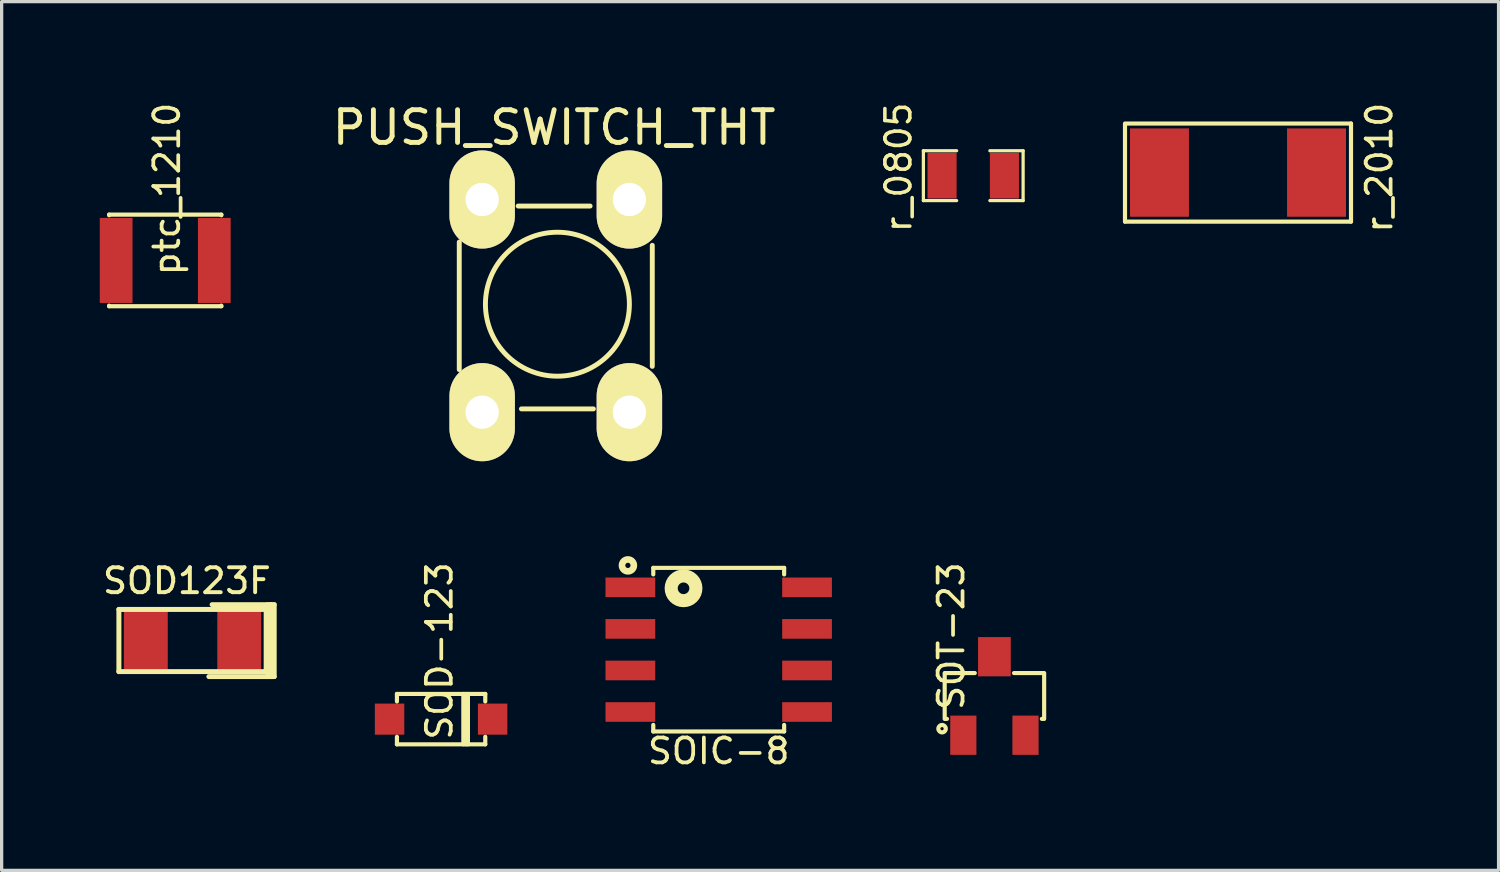
<source format=kicad_pcb>
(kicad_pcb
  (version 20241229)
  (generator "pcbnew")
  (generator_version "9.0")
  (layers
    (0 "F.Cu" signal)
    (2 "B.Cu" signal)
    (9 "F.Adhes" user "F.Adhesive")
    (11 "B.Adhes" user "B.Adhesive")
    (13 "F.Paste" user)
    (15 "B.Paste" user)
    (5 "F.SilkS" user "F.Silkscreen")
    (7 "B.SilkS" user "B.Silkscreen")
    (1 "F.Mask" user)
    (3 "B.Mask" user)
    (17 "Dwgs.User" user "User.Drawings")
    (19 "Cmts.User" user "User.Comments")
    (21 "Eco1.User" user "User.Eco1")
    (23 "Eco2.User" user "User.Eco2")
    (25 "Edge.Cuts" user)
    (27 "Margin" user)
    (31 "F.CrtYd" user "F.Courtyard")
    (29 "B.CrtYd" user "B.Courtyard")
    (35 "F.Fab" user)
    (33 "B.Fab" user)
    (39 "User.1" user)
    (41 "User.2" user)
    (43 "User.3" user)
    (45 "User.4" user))
  (footprint "SOD-123"
    (layer "F.Cu")
    (at 10.432 18.93)
    (property "Reference" "SOD-123" (at -0.051 -2.083 90) (layer "F.SilkS") (effects (font (size 0.762 0.762) (thickness 0.114))))
    (attr through_hole)
    (fp_line (start -1.35 -0.77) (end -1.35 -0.54) (stroke (width 0.127) (type solid)) (layer "F.SilkS"))
    (fp_line (start -1.35 -0.77) (end 1.35 -0.77) (stroke (width 0.127) (type solid)) (layer "F.SilkS"))
    (fp_line (start -1.35 0.77) (end -1.35 0.54) (stroke (width 0.127) (type solid)) (layer "F.SilkS"))
    (fp_line (start -1.35 0.77) (end 1.35 0.77) (stroke (width 0.127) (type solid)) (layer "F.SilkS"))
    (fp_line (start 0.68 0.77) (end 0.68 -0.77) (stroke (width 0.127) (type solid)) (layer "F.SilkS"))
    (fp_line (start 0.75 -0.77) (end 0.75 0.77) (stroke (width 0.127) (type solid)) (layer "F.SilkS"))
    (fp_line (start 0.82 -0.77) (end 0.82 0.77) (stroke (width 0.127) (type solid)) (layer "F.SilkS"))
    (fp_line (start 1.35 -0.77) (end 1.35 -0.54) (stroke (width 0.127) (type solid)) (layer "F.SilkS"))
    (fp_line (start 1.35 0.77) (end 1.35 0.54) (stroke (width 0.127) (type solid)) (layer "F.SilkS"))
    (pad "1" smd rect (at -1.575 0) (size 0.9 0.95) (layers "F.Cu" "F.Mask" "F.Paste"))
    (pad "2" smd rect (at 1.575 0) (size 0.9 0.95) (layers "F.Cu" "F.Mask" "F.Paste")))
  (footprint "r_0805"
    (layer "F.Cu")
    (at 26.697 2.319)
    (property "Reference" "r_0805" (at -2.286 -0.254 90) (layer "F.SilkS") (effects (font (size 0.762 0.762) (thickness 0.109))))
    (attr smd)
    (fp_line (start -1.524 -0.762) (end -0.508 -0.762) (stroke (width 0.099) (type solid)) (layer "F.SilkS"))
    (fp_line (start -1.524 0.762) (end -1.524 -0.762) (stroke (width 0.099) (type solid)) (layer "F.SilkS"))
    (fp_line (start -0.508 0.762) (end -1.524 0.762) (stroke (width 0.099) (type solid)) (layer "F.SilkS"))
    (fp_line (start 0.508 -0.762) (end 1.524 -0.762) (stroke (width 0.099) (type solid)) (layer "F.SilkS"))
    (fp_line (start 1.524 -0.762) (end 1.524 0.762) (stroke (width 0.099) (type solid)) (layer "F.SilkS"))
    (fp_line (start 1.524 0.762) (end 0.508 0.762) (stroke (width 0.099) (type solid)) (layer "F.SilkS"))
    (pad "1" smd rect (at -0.953 0) (size 0.889 1.397) (layers "F.Cu" "F.Mask" "F.Paste"))
    (pad "2" smd rect (at 0.953 0) (size 0.889 1.397) (layers "F.Cu" "F.Mask" "F.Paste")))
  (footprint "r_2010"
    (layer "F.Cu")
    (at 34.789 2.225)
    (property "Reference" "r_2010" (at 4.318 -0.152 90) (layer "F.SilkS") (effects (font (size 0.762 0.762) (thickness 0.114))))
    (attr smd)
    (fp_line (start -3.454 -1.499) (end 3.454 -1.499) (stroke (width 0.127) (type solid)) (layer "F.SilkS"))
    (fp_line (start -3.454 -1.473) (end -3.454 1.499) (stroke (width 0.127) (type solid)) (layer "F.SilkS"))
    (fp_line (start -3.454 1.499) (end 3.454 1.499) (stroke (width 0.127) (type solid)) (layer "F.SilkS"))
    (fp_line (start 3.454 -1.499) (end 3.454 1.499) (stroke (width 0.127) (type solid)) (layer "F.SilkS"))
    (pad "1" smd rect (at -2.4 0) (size 1.801 2.7) (layers "F.Cu" "F.Mask" "F.Paste"))
    (pad "2" smd rect (at 2.4 0) (size 1.801 2.7) (layers "F.Cu" "F.Mask" "F.Paste")))
  (footprint "SOD123F"
    (layer "F.Cu")
    (at 2.832 16.53)
    (property "Reference" "SOD123F" (at -0.17 -1.826 0) (layer "F.SilkS") (effects (font (size 0.762 0.762) (thickness 0.12))))
    (attr through_hole)
    (fp_line (start -2.248 -0.953) (end -2.248 0.947) (stroke (width 0.152) (type solid)) (layer "F.SilkS"))
    (fp_line (start -2.248 0.947) (end 2.253 0.947) (stroke (width 0.152) (type solid)) (layer "F.SilkS"))
    (fp_line (start 0.5 1.1) (end 2.4 1.1) (stroke (width 0.15) (type solid)) (layer "F.SilkS"))
    (fp_line (start 0.6 -1.1) (end 2.4 -1.1) (stroke (width 0.15) (type solid)) (layer "F.SilkS"))
    (fp_line (start 2.253 -0.953) (end -2.248 -0.953) (stroke (width 0.152) (type solid)) (layer "F.SilkS"))
    (fp_line (start 2.253 0.947) (end 2.253 -0.953) (stroke (width 0.152) (type solid)) (layer "F.SilkS"))
    (fp_line (start 2.4 -1.1) (end 2.4 1.1) (stroke (width 0.15) (type solid)) (layer "F.SilkS"))
    (fp_line (start 2.4 -1.1) (end 2.5 -1.1) (stroke (width 0.15) (type solid)) (layer "F.SilkS"))
    (fp_line (start 2.4 1.1) (end 2.3 -1.1) (stroke (width 0.15) (type solid)) (layer "F.SilkS"))
    (fp_line (start 2.4 1.1) (end 2.3 1) (stroke (width 0.15) (type solid)) (layer "F.SilkS"))
    (fp_line (start 2.5 -1.1) (end 2.5 1.1) (stroke (width 0.15) (type solid)) (layer "F.SilkS"))
    (fp_line (start 2.5 1.1) (end 2.4 1.1) (stroke (width 0.15) (type solid)) (layer "F.SilkS"))
    (pad "1" smd rect (at -1.425 0 90) (size 1.801 1.341) (layers "F.Cu" "F.Mask" "F.Paste"))
    (pad "2" smd rect (at 1.43 0 90) (size 1.801 1.341) (layers "F.Cu" "F.Mask" "F.Paste")))
  (footprint "PUSH_SWITCH_THT"
    (layer "F.Cu")
    (at 11.687 3.048)
    (property "Reference" "PUSH_SWITCH_THT" (at 2.2 -2.2 0) (layer "F.SilkS") (effects (font (size 1 1) (thickness 0.15))))
    (attr through_hole)
    (fp_line (start -0.7 1.3) (end -0.7 5.2) (stroke (width 0.15) (type solid)) (layer "F.SilkS"))
    (fp_line (start 1.1 0.2) (end 3.3 0.2) (stroke (width 0.15) (type solid)) (layer "F.SilkS"))
    (fp_line (start 1.2 6.4) (end 3.4 6.4) (stroke (width 0.15) (type solid)) (layer "F.SilkS"))
    (fp_line (start 5.2 1.4) (end 5.2 5.1) (stroke (width 0.15) (type solid)) (layer "F.SilkS"))
    (fp_circle (center 2.3 3.2) (end 2.3 5.4) (stroke (width 0.15) (type solid)) (fill no) (layer "F.SilkS"))
    (pad "1" thru_hole oval (at 4.5 0) (size 2 3) (drill 1.016) (layers "*.Cu" "*.Mask" "F.SilkS"))
    (pad "2" thru_hole oval (at 4.5 6.5) (size 2 3) (drill 1.016) (layers "*.Cu" "*.Mask" "F.SilkS"))
    (pad "3" thru_hole oval (at 0 0) (size 2 3) (drill 1.016) (layers "*.Cu" "*.Mask" "F.SilkS"))
    (pad "4" thru_hole oval (at 0 6.5) (size 2 3) (drill 1.016) (layers "*.Cu" "*.Mask" "F.SilkS")))
  (footprint "ptc_1210"
    (layer "F.Cu")
    (at 2 4.91)
    (property "Reference" "ptc_1210" (at 0.051 -2.184 90) (layer "F.SilkS") (effects (font (size 0.762 0.762) (thickness 0.114))))
    (attr through_hole)
    (fp_line (start -1.715 -1.38) (end -1.715 -1.4) (stroke (width 0.127) (type solid)) (layer "F.SilkS"))
    (fp_line (start -1.715 1.4) (end -1.715 1.38) (stroke (width 0.127) (type solid)) (layer "F.SilkS"))
    (fp_line (start -1.715 1.4) (end 1.715 1.4) (stroke (width 0.127) (type solid)) (layer "F.SilkS"))
    (fp_line (start 1.715 -1.4) (end -1.715 -1.4) (stroke (width 0.127) (type solid)) (layer "F.SilkS"))
    (fp_line (start 1.715 -1.38) (end 1.715 -1.4) (stroke (width 0.127) (type solid)) (layer "F.SilkS"))
    (fp_line (start 1.715 1.4) (end 1.715 1.38) (stroke (width 0.127) (type solid)) (layer "F.SilkS"))
    (pad "1" smd rect (at 1.5 0) (size 1 2.6) (layers "F.Cu" "F.Mask" "F.Paste"))
    (pad "2" smd rect (at -1.5 0) (size 1 2.6) (layers "F.Cu" "F.Mask" "F.Paste")))
  (footprint "SOIC-8"
    (layer "F.Cu")
    (at 18.917 16.807)
    (property "Reference" "SOIC-8" (at 0 3.099 0) (layer "F.SilkS") (effects (font (size 0.762 0.762) (thickness 0.114))))
    (attr through_hole)
    (fp_line (start -2 -2.5) (end -2 -2.3) (stroke (width 0.127) (type solid)) (layer "F.SilkS"))
    (fp_line (start -2 2.5) (end -2 2.3) (stroke (width 0.127) (type solid)) (layer "F.SilkS"))
    (fp_line (start -2 2.5) (end 2 2.5) (stroke (width 0.127) (type solid)) (layer "F.SilkS"))
    (fp_line (start 2 -2.5) (end -2 -2.5) (stroke (width 0.127) (type solid)) (layer "F.SilkS"))
    (fp_line (start 2 -2.5) (end 2 -2.3) (stroke (width 0.127) (type solid)) (layer "F.SilkS"))
    (fp_line (start 2 2.5) (end 2 2.3) (stroke (width 0.127) (type solid)) (layer "F.SilkS"))
    (fp_circle (center -2.775 -2.576) (end -2.8 -2.5) (stroke (width 0.203) (type solid)) (fill no) (layer "F.SilkS"))
    (fp_circle (center -1.075 -1.876) (end -1.1 -1.7) (stroke (width 0.4) (type solid)) (fill no) (layer "F.SilkS"))
    (pad "1" smd rect (at -2.7 -1.905 270) (size 0.6 1.52) (layers "F.Cu" "F.Mask" "F.Paste"))
    (pad "2" smd rect (at -2.7 -0.635 270) (size 0.6 1.52) (layers "F.Cu" "F.Mask" "F.Paste"))
    (pad "3" smd rect (at -2.7 0.635 270) (size 0.6 1.52) (layers "F.Cu" "F.Mask" "F.Paste"))
    (pad "4" smd rect (at -2.7 1.905 270) (size 0.6 1.52) (layers "F.Cu" "F.Mask" "F.Paste"))
    (pad "5" smd rect (at 2.7 1.905 270) (size 0.6 1.52) (layers "F.Cu" "F.Mask" "F.Paste"))
    (pad "6" smd rect (at 2.7 0.635 270) (size 0.6 1.52) (layers "F.Cu" "F.Mask" "F.Paste"))
    (pad "7" smd rect (at 2.7 -0.635 270) (size 0.6 1.52) (layers "F.Cu" "F.Mask" "F.Paste"))
    (pad "8" smd rect (at 2.7 -1.905 270) (size 0.6 1.52) (layers "F.Cu" "F.Mask" "F.Paste")))
  (footprint "SOT-23"
    (layer "F.Cu")
    (at 27.344 18.222)
    (property "Reference" "SOT-23" (at -1.321 -1.829 90) (layer "F.SilkS") (effects (font (size 0.762 0.762) (thickness 0.114))))
    (attr through_hole)
    (fp_line (start -1.52 0.7) (end -1.52 -0.7) (stroke (width 0.127) (type solid)) (layer "F.SilkS"))
    (fp_line (start -1.499 -0.7) (end -0.6 -0.7) (stroke (width 0.127) (type solid)) (layer "F.SilkS"))
    (fp_line (start -1.45 0.7) (end -1.499 0.7) (stroke (width 0.127) (type solid)) (layer "F.SilkS"))
    (fp_line (start 0.6 -0.7) (end 1.499 -0.7) (stroke (width 0.127) (type solid)) (layer "F.SilkS"))
    (fp_line (start 1.499 0.7) (end 1.45 0.7) (stroke (width 0.127) (type solid)) (layer "F.SilkS"))
    (fp_line (start 1.52 -0.7) (end 1.52 0.7) (stroke (width 0.127) (type solid)) (layer "F.SilkS"))
    (fp_circle (center -1.6 1) (end -1.6 0.95) (stroke (width 0.127) (type solid)) (fill no) (layer "F.SilkS"))
    (pad "1" smd rect (at -0.95 1.2) (size 0.8 1.2) (layers "F.Cu" "F.Mask" "F.Paste"))
    (pad "2" smd rect (at 0.95 1.2) (size 0.8 1.2) (layers "F.Cu" "F.Mask" "F.Paste"))
    (pad "3" smd rect (at 0 -1.2) (size 1 1.2) (layers "F.Cu" "F.Mask" "F.Paste")))
  (gr_rect
    (start -3 -3)
    (end 42.753 23.552)
    (stroke (width 0.1) (type default))
    (fill no)
    (layer "Edge.Cuts")))
</source>
